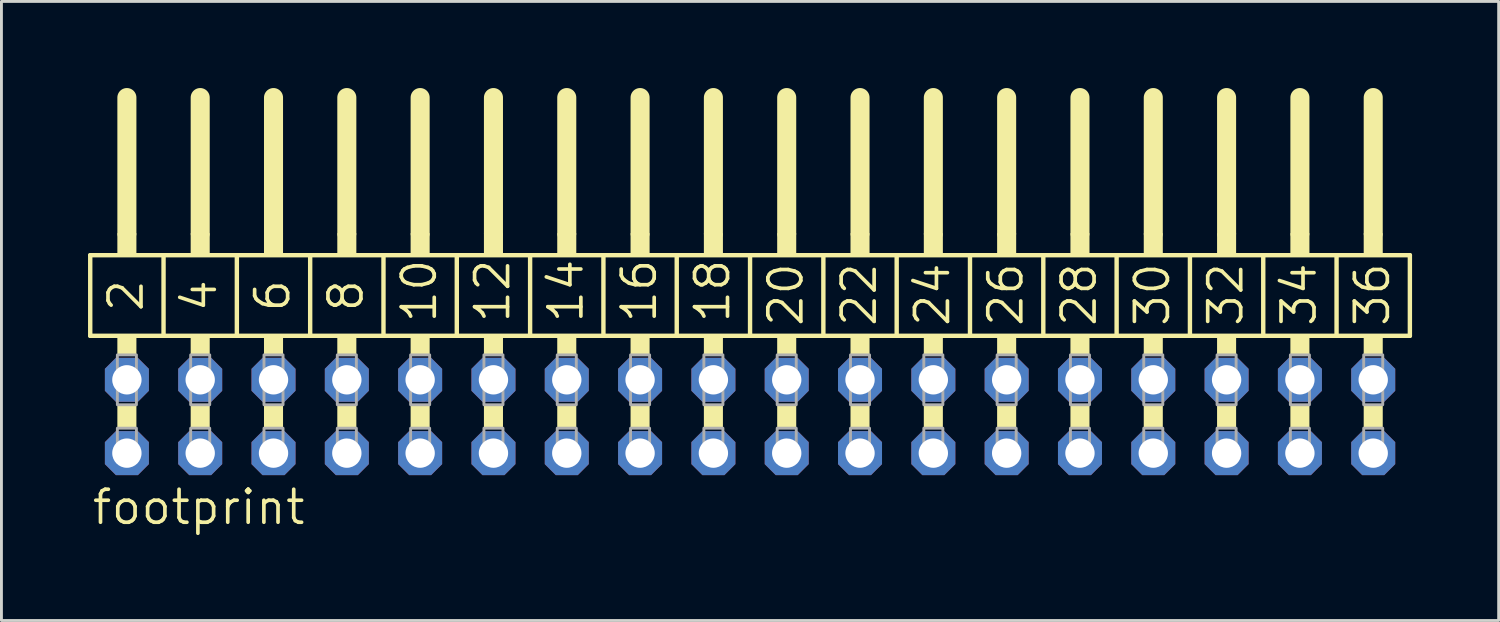
<source format=kicad_pcb>
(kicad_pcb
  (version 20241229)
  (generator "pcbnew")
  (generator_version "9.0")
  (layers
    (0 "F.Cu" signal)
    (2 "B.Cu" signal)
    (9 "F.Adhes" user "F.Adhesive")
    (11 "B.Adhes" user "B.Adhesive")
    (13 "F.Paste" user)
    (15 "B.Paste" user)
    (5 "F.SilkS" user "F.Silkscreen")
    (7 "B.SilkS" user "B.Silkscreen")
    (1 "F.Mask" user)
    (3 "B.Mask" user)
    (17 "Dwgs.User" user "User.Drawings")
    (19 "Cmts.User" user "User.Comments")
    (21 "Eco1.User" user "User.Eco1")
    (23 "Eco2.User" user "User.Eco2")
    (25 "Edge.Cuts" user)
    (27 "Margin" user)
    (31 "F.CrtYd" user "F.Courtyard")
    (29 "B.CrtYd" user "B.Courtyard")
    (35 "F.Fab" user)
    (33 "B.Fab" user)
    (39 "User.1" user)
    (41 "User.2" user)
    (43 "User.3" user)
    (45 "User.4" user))
  (footprint "footprint"
    (layer "F.Cu")
    (at 22.936 11.379)
    (property "Reference" "footprint" (at -22.86 3.81 0) (layer "F.SilkS") (effects (font (size 1.143 1.143) (thickness 0.127)) (justify left bottom)))
    (fp_line (start -22.86 -5.588) (end -20.32 -5.588) (stroke (width 0.152) (type solid)) (layer "F.SilkS"))
    (fp_line (start -22.86 -2.794) (end -22.86 -5.588) (stroke (width 0.152) (type solid)) (layer "F.SilkS"))
    (fp_line (start -21.59 -6.35) (end -21.59 -11.049) (stroke (width 0.66) (type solid)) (layer "F.SilkS"))
    (fp_line (start -20.32 -5.588) (end -17.78 -5.588) (stroke (width 0.152) (type solid)) (layer "F.SilkS"))
    (fp_line (start -20.32 -2.794) (end -22.86 -2.794) (stroke (width 0.152) (type solid)) (layer "F.SilkS"))
    (fp_line (start -20.32 -2.794) (end -20.32 -5.588) (stroke (width 0.152) (type solid)) (layer "F.SilkS"))
    (fp_line (start -20.32 -2.794) (end -17.78 -2.794) (stroke (width 0.152) (type solid)) (layer "F.SilkS"))
    (fp_line (start -19.05 -6.35) (end -19.05 -11.049) (stroke (width 0.66) (type solid)) (layer "F.SilkS"))
    (fp_line (start -17.78 -5.588) (end -15.24 -5.588) (stroke (width 0.152) (type solid)) (layer "F.SilkS"))
    (fp_line (start -17.78 -2.794) (end -17.78 -5.588) (stroke (width 0.152) (type solid)) (layer "F.SilkS"))
    (fp_line (start -16.51 -6.35) (end -16.51 -11.049) (stroke (width 0.66) (type solid)) (layer "F.SilkS"))
    (fp_line (start -15.24 -5.588) (end -12.7 -5.588) (stroke (width 0.152) (type solid)) (layer "F.SilkS"))
    (fp_line (start -15.24 -2.794) (end -17.78 -2.794) (stroke (width 0.152) (type solid)) (layer "F.SilkS"))
    (fp_line (start -15.24 -2.794) (end -15.24 -5.588) (stroke (width 0.152) (type solid)) (layer "F.SilkS"))
    (fp_line (start -13.97 -6.35) (end -13.97 -11.049) (stroke (width 0.66) (type solid)) (layer "F.SilkS"))
    (fp_line (start -12.7 -5.588) (end -10.16 -5.588) (stroke (width 0.152) (type solid)) (layer "F.SilkS"))
    (fp_line (start -12.7 -2.794) (end -15.24 -2.794) (stroke (width 0.152) (type solid)) (layer "F.SilkS"))
    (fp_line (start -12.7 -2.794) (end -12.7 -5.588) (stroke (width 0.152) (type solid)) (layer "F.SilkS"))
    (fp_line (start -11.43 -6.35) (end -11.43 -11.049) (stroke (width 0.66) (type solid)) (layer "F.SilkS"))
    (fp_line (start -10.16 -5.588) (end -7.62 -5.588) (stroke (width 0.152) (type solid)) (layer "F.SilkS"))
    (fp_line (start -10.16 -2.794) (end -12.7 -2.794) (stroke (width 0.152) (type solid)) (layer "F.SilkS"))
    (fp_line (start -10.16 -2.794) (end -10.16 -5.588) (stroke (width 0.152) (type solid)) (layer "F.SilkS"))
    (fp_line (start -8.89 -6.35) (end -8.89 -11.049) (stroke (width 0.66) (type solid)) (layer "F.SilkS"))
    (fp_line (start -7.62 -5.588) (end -5.08 -5.588) (stroke (width 0.152) (type solid)) (layer "F.SilkS"))
    (fp_line (start -7.62 -2.794) (end -10.16 -2.794) (stroke (width 0.152) (type solid)) (layer "F.SilkS"))
    (fp_line (start -7.62 -2.794) (end -7.62 -5.588) (stroke (width 0.152) (type solid)) (layer "F.SilkS"))
    (fp_line (start -7.62 -2.794) (end -5.08 -2.794) (stroke (width 0.152) (type solid)) (layer "F.SilkS"))
    (fp_line (start -6.35 -6.35) (end -6.35 -11.049) (stroke (width 0.66) (type solid)) (layer "F.SilkS"))
    (fp_line (start -5.08 -5.588) (end -2.54 -5.588) (stroke (width 0.152) (type solid)) (layer "F.SilkS"))
    (fp_line (start -5.08 -2.794) (end -5.08 -5.588) (stroke (width 0.152) (type solid)) (layer "F.SilkS"))
    (fp_line (start -3.81 -6.35) (end -3.81 -11.049) (stroke (width 0.66) (type solid)) (layer "F.SilkS"))
    (fp_line (start -2.54 -5.588) (end 0 -5.588) (stroke (width 0.152) (type solid)) (layer "F.SilkS"))
    (fp_line (start -2.54 -2.794) (end -5.08 -2.794) (stroke (width 0.152) (type solid)) (layer "F.SilkS"))
    (fp_line (start -2.54 -2.794) (end -2.54 -5.588) (stroke (width 0.152) (type solid)) (layer "F.SilkS"))
    (fp_line (start -1.27 -6.35) (end -1.27 -11.049) (stroke (width 0.66) (type solid)) (layer "F.SilkS"))
    (fp_line (start 0 -5.588) (end 2.54 -5.588) (stroke (width 0.152) (type solid)) (layer "F.SilkS"))
    (fp_line (start 0 -2.794) (end -2.54 -2.794) (stroke (width 0.152) (type solid)) (layer "F.SilkS"))
    (fp_line (start 0 -2.794) (end 0 -5.588) (stroke (width 0.152) (type solid)) (layer "F.SilkS"))
    (fp_line (start 1.27 -6.35) (end 1.27 -11.049) (stroke (width 0.66) (type solid)) (layer "F.SilkS"))
    (fp_line (start 2.54 -5.588) (end 5.08 -5.588) (stroke (width 0.152) (type solid)) (layer "F.SilkS"))
    (fp_line (start 2.54 -2.794) (end 0 -2.794) (stroke (width 0.152) (type solid)) (layer "F.SilkS"))
    (fp_line (start 2.54 -2.794) (end 2.54 -5.588) (stroke (width 0.152) (type solid)) (layer "F.SilkS"))
    (fp_line (start 3.81 -6.35) (end 3.81 -11.049) (stroke (width 0.66) (type solid)) (layer "F.SilkS"))
    (fp_line (start 5.08 -5.588) (end 7.62 -5.588) (stroke (width 0.152) (type solid)) (layer "F.SilkS"))
    (fp_line (start 5.08 -2.794) (end 2.54 -2.794) (stroke (width 0.152) (type solid)) (layer "F.SilkS"))
    (fp_line (start 5.08 -2.794) (end 5.08 -5.588) (stroke (width 0.152) (type solid)) (layer "F.SilkS"))
    (fp_line (start 5.08 -2.794) (end 7.62 -2.794) (stroke (width 0.152) (type solid)) (layer "F.SilkS"))
    (fp_line (start 6.35 -6.35) (end 6.35 -11.049) (stroke (width 0.66) (type solid)) (layer "F.SilkS"))
    (fp_line (start 7.62 -5.588) (end 10.16 -5.588) (stroke (width 0.152) (type solid)) (layer "F.SilkS"))
    (fp_line (start 7.62 -2.794) (end 7.62 -5.588) (stroke (width 0.152) (type solid)) (layer "F.SilkS"))
    (fp_line (start 8.89 -6.35) (end 8.89 -11.049) (stroke (width 0.66) (type solid)) (layer "F.SilkS"))
    (fp_line (start 10.16 -5.588) (end 12.7 -5.588) (stroke (width 0.152) (type solid)) (layer "F.SilkS"))
    (fp_line (start 10.16 -2.794) (end 7.62 -2.794) (stroke (width 0.152) (type solid)) (layer "F.SilkS"))
    (fp_line (start 10.16 -2.794) (end 10.16 -5.588) (stroke (width 0.152) (type solid)) (layer "F.SilkS"))
    (fp_line (start 11.43 -6.35) (end 11.43 -11.049) (stroke (width 0.66) (type solid)) (layer "F.SilkS"))
    (fp_line (start 12.7 -5.588) (end 15.24 -5.588) (stroke (width 0.152) (type solid)) (layer "F.SilkS"))
    (fp_line (start 12.7 -2.794) (end 10.16 -2.794) (stroke (width 0.152) (type solid)) (layer "F.SilkS"))
    (fp_line (start 12.7 -2.794) (end 12.7 -5.588) (stroke (width 0.152) (type solid)) (layer "F.SilkS"))
    (fp_line (start 13.97 -6.35) (end 13.97 -11.049) (stroke (width 0.66) (type solid)) (layer "F.SilkS"))
    (fp_line (start 15.24 -5.588) (end 17.78 -5.588) (stroke (width 0.152) (type solid)) (layer "F.SilkS"))
    (fp_line (start 15.24 -2.794) (end 12.7 -2.794) (stroke (width 0.152) (type solid)) (layer "F.SilkS"))
    (fp_line (start 15.24 -2.794) (end 15.24 -5.588) (stroke (width 0.152) (type solid)) (layer "F.SilkS"))
    (fp_line (start 16.51 -6.35) (end 16.51 -11.049) (stroke (width 0.66) (type solid)) (layer "F.SilkS"))
    (fp_line (start 17.78 -5.588) (end 20.32 -5.588) (stroke (width 0.152) (type solid)) (layer "F.SilkS"))
    (fp_line (start 17.78 -2.794) (end 15.24 -2.794) (stroke (width 0.152) (type solid)) (layer "F.SilkS"))
    (fp_line (start 17.78 -2.794) (end 17.78 -5.588) (stroke (width 0.152) (type solid)) (layer "F.SilkS"))
    (fp_line (start 17.78 -2.794) (end 20.32 -2.794) (stroke (width 0.152) (type solid)) (layer "F.SilkS"))
    (fp_line (start 19.05 -6.35) (end 19.05 -11.049) (stroke (width 0.66) (type solid)) (layer "F.SilkS"))
    (fp_line (start 20.32 -5.588) (end 22.86 -5.588) (stroke (width 0.152) (type solid)) (layer "F.SilkS"))
    (fp_line (start 20.32 -2.794) (end 20.32 -5.588) (stroke (width 0.152) (type solid)) (layer "F.SilkS"))
    (fp_line (start 20.32 -2.794) (end 22.86 -2.794) (stroke (width 0.152) (type solid)) (layer "F.SilkS"))
    (fp_line (start 21.59 -6.35) (end 21.59 -11.049) (stroke (width 0.66) (type solid)) (layer "F.SilkS"))
    (fp_line (start 22.86 -2.794) (end 22.86 -5.588) (stroke (width 0.152) (type solid)) (layer "F.SilkS"))
    (fp_poly (pts (xy -21.92 -5.588) (xy -21.26 -5.588) (xy -21.26 -6.35) (xy -21.92 -6.35)) (stroke (width 0) (type solid)) (fill yes) (layer "F.SilkS"))
    (fp_poly (pts (xy -21.92 -2.134) (xy -21.26 -2.134) (xy -21.26 -2.794) (xy -21.92 -2.794)) (stroke (width 0) (type solid)) (fill yes) (layer "F.SilkS"))
    (fp_poly (pts (xy -21.92 0.406) (xy -21.26 0.406) (xy -21.26 -0.406) (xy -21.92 -0.406)) (stroke (width 0) (type solid)) (fill yes) (layer "F.SilkS"))
    (fp_poly (pts (xy -19.38 -5.588) (xy -18.72 -5.588) (xy -18.72 -6.35) (xy -19.38 -6.35)) (stroke (width 0) (type solid)) (fill yes) (layer "F.SilkS"))
    (fp_poly (pts (xy -19.38 -2.134) (xy -18.72 -2.134) (xy -18.72 -2.794) (xy -19.38 -2.794)) (stroke (width 0) (type solid)) (fill yes) (layer "F.SilkS"))
    (fp_poly (pts (xy -19.38 0.406) (xy -18.72 0.406) (xy -18.72 -0.406) (xy -19.38 -0.406)) (stroke (width 0) (type solid)) (fill yes) (layer "F.SilkS"))
    (fp_poly (pts (xy -16.84 -5.588) (xy -16.18 -5.588) (xy -16.18 -6.35) (xy -16.84 -6.35)) (stroke (width 0) (type solid)) (fill yes) (layer "F.SilkS"))
    (fp_poly (pts (xy -16.84 -2.134) (xy -16.18 -2.134) (xy -16.18 -2.794) (xy -16.84 -2.794)) (stroke (width 0) (type solid)) (fill yes) (layer "F.SilkS"))
    (fp_poly (pts (xy -16.84 0.406) (xy -16.18 0.406) (xy -16.18 -0.406) (xy -16.84 -0.406)) (stroke (width 0) (type solid)) (fill yes) (layer "F.SilkS"))
    (fp_poly (pts (xy -14.3 -5.588) (xy -13.64 -5.588) (xy -13.64 -6.35) (xy -14.3 -6.35)) (stroke (width 0) (type solid)) (fill yes) (layer "F.SilkS"))
    (fp_poly (pts (xy -14.3 -2.134) (xy -13.64 -2.134) (xy -13.64 -2.794) (xy -14.3 -2.794)) (stroke (width 0) (type solid)) (fill yes) (layer "F.SilkS"))
    (fp_poly (pts (xy -14.3 0.406) (xy -13.64 0.406) (xy -13.64 -0.406) (xy -14.3 -0.406)) (stroke (width 0) (type solid)) (fill yes) (layer "F.SilkS"))
    (fp_poly (pts (xy -11.76 -5.588) (xy -11.1 -5.588) (xy -11.1 -6.35) (xy -11.76 -6.35)) (stroke (width 0) (type solid)) (fill yes) (layer "F.SilkS"))
    (fp_poly (pts (xy -11.76 -2.134) (xy -11.1 -2.134) (xy -11.1 -2.794) (xy -11.76 -2.794)) (stroke (width 0) (type solid)) (fill yes) (layer "F.SilkS"))
    (fp_poly (pts (xy -11.76 0.406) (xy -11.1 0.406) (xy -11.1 -0.406) (xy -11.76 -0.406)) (stroke (width 0) (type solid)) (fill yes) (layer "F.SilkS"))
    (fp_poly (pts (xy -9.22 -5.588) (xy -8.56 -5.588) (xy -8.56 -6.35) (xy -9.22 -6.35)) (stroke (width 0) (type solid)) (fill yes) (layer "F.SilkS"))
    (fp_poly (pts (xy -9.22 -2.134) (xy -8.56 -2.134) (xy -8.56 -2.794) (xy -9.22 -2.794)) (stroke (width 0) (type solid)) (fill yes) (layer "F.SilkS"))
    (fp_poly (pts (xy -9.22 0.406) (xy -8.56 0.406) (xy -8.56 -0.406) (xy -9.22 -0.406)) (stroke (width 0) (type solid)) (fill yes) (layer "F.SilkS"))
    (fp_poly (pts (xy -6.68 -5.588) (xy -6.02 -5.588) (xy -6.02 -6.35) (xy -6.68 -6.35)) (stroke (width 0) (type solid)) (fill yes) (layer "F.SilkS"))
    (fp_poly (pts (xy -6.68 -2.134) (xy -6.02 -2.134) (xy -6.02 -2.794) (xy -6.68 -2.794)) (stroke (width 0) (type solid)) (fill yes) (layer "F.SilkS"))
    (fp_poly (pts (xy -6.68 0.406) (xy -6.02 0.406) (xy -6.02 -0.406) (xy -6.68 -0.406)) (stroke (width 0) (type solid)) (fill yes) (layer "F.SilkS"))
    (fp_poly (pts (xy -4.14 -5.588) (xy -3.48 -5.588) (xy -3.48 -6.35) (xy -4.14 -6.35)) (stroke (width 0) (type solid)) (fill yes) (layer "F.SilkS"))
    (fp_poly (pts (xy -4.14 -2.134) (xy -3.48 -2.134) (xy -3.48 -2.794) (xy -4.14 -2.794)) (stroke (width 0) (type solid)) (fill yes) (layer "F.SilkS"))
    (fp_poly (pts (xy -4.14 0.406) (xy -3.48 0.406) (xy -3.48 -0.406) (xy -4.14 -0.406)) (stroke (width 0) (type solid)) (fill yes) (layer "F.SilkS"))
    (fp_poly (pts (xy -1.6 -5.588) (xy -0.94 -5.588) (xy -0.94 -6.35) (xy -1.6 -6.35)) (stroke (width 0) (type solid)) (fill yes) (layer "F.SilkS"))
    (fp_poly (pts (xy -1.6 -2.134) (xy -0.94 -2.134) (xy -0.94 -2.794) (xy -1.6 -2.794)) (stroke (width 0) (type solid)) (fill yes) (layer "F.SilkS"))
    (fp_poly (pts (xy -1.6 0.406) (xy -0.94 0.406) (xy -0.94 -0.406) (xy -1.6 -0.406)) (stroke (width 0) (type solid)) (fill yes) (layer "F.SilkS"))
    (fp_poly (pts (xy 0.94 -5.588) (xy 1.6 -5.588) (xy 1.6 -6.35) (xy 0.94 -6.35)) (stroke (width 0) (type solid)) (fill yes) (layer "F.SilkS"))
    (fp_poly (pts (xy 0.94 -2.134) (xy 1.6 -2.134) (xy 1.6 -2.794) (xy 0.94 -2.794)) (stroke (width 0) (type solid)) (fill yes) (layer "F.SilkS"))
    (fp_poly (pts (xy 0.94 0.406) (xy 1.6 0.406) (xy 1.6 -0.406) (xy 0.94 -0.406)) (stroke (width 0) (type solid)) (fill yes) (layer "F.SilkS"))
    (fp_poly (pts (xy 3.48 -5.588) (xy 4.14 -5.588) (xy 4.14 -6.35) (xy 3.48 -6.35)) (stroke (width 0) (type solid)) (fill yes) (layer "F.SilkS"))
    (fp_poly (pts (xy 3.48 -2.134) (xy 4.14 -2.134) (xy 4.14 -2.794) (xy 3.48 -2.794)) (stroke (width 0) (type solid)) (fill yes) (layer "F.SilkS"))
    (fp_poly (pts (xy 3.48 0.406) (xy 4.14 0.406) (xy 4.14 -0.406) (xy 3.48 -0.406)) (stroke (width 0) (type solid)) (fill yes) (layer "F.SilkS"))
    (fp_poly (pts (xy 6.02 -5.588) (xy 6.68 -5.588) (xy 6.68 -6.35) (xy 6.02 -6.35)) (stroke (width 0) (type solid)) (fill yes) (layer "F.SilkS"))
    (fp_poly (pts (xy 6.02 -2.134) (xy 6.68 -2.134) (xy 6.68 -2.794) (xy 6.02 -2.794)) (stroke (width 0) (type solid)) (fill yes) (layer "F.SilkS"))
    (fp_poly (pts (xy 6.02 0.406) (xy 6.68 0.406) (xy 6.68 -0.406) (xy 6.02 -0.406)) (stroke (width 0) (type solid)) (fill yes) (layer "F.SilkS"))
    (fp_poly (pts (xy 8.56 -5.588) (xy 9.22 -5.588) (xy 9.22 -6.35) (xy 8.56 -6.35)) (stroke (width 0) (type solid)) (fill yes) (layer "F.SilkS"))
    (fp_poly (pts (xy 8.56 -2.134) (xy 9.22 -2.134) (xy 9.22 -2.794) (xy 8.56 -2.794)) (stroke (width 0) (type solid)) (fill yes) (layer "F.SilkS"))
    (fp_poly (pts (xy 8.56 0.406) (xy 9.22 0.406) (xy 9.22 -0.406) (xy 8.56 -0.406)) (stroke (width 0) (type solid)) (fill yes) (layer "F.SilkS"))
    (fp_poly (pts (xy 11.1 -5.588) (xy 11.76 -5.588) (xy 11.76 -6.35) (xy 11.1 -6.35)) (stroke (width 0) (type solid)) (fill yes) (layer "F.SilkS"))
    (fp_poly (pts (xy 11.1 -2.134) (xy 11.76 -2.134) (xy 11.76 -2.794) (xy 11.1 -2.794)) (stroke (width 0) (type solid)) (fill yes) (layer "F.SilkS"))
    (fp_poly (pts (xy 11.1 0.406) (xy 11.76 0.406) (xy 11.76 -0.406) (xy 11.1 -0.406)) (stroke (width 0) (type solid)) (fill yes) (layer "F.SilkS"))
    (fp_poly (pts (xy 13.64 -5.588) (xy 14.3 -5.588) (xy 14.3 -6.35) (xy 13.64 -6.35)) (stroke (width 0) (type solid)) (fill yes) (layer "F.SilkS"))
    (fp_poly (pts (xy 13.64 -2.134) (xy 14.3 -2.134) (xy 14.3 -2.794) (xy 13.64 -2.794)) (stroke (width 0) (type solid)) (fill yes) (layer "F.SilkS"))
    (fp_poly (pts (xy 13.64 0.406) (xy 14.3 0.406) (xy 14.3 -0.406) (xy 13.64 -0.406)) (stroke (width 0) (type solid)) (fill yes) (layer "F.SilkS"))
    (fp_poly (pts (xy 16.18 -5.588) (xy 16.84 -5.588) (xy 16.84 -6.35) (xy 16.18 -6.35)) (stroke (width 0) (type solid)) (fill yes) (layer "F.SilkS"))
    (fp_poly (pts (xy 16.18 -2.134) (xy 16.84 -2.134) (xy 16.84 -2.794) (xy 16.18 -2.794)) (stroke (width 0) (type solid)) (fill yes) (layer "F.SilkS"))
    (fp_poly (pts (xy 16.18 0.406) (xy 16.84 0.406) (xy 16.84 -0.406) (xy 16.18 -0.406)) (stroke (width 0) (type solid)) (fill yes) (layer "F.SilkS"))
    (fp_poly (pts (xy 18.72 -5.588) (xy 19.38 -5.588) (xy 19.38 -6.35) (xy 18.72 -6.35)) (stroke (width 0) (type solid)) (fill yes) (layer "F.SilkS"))
    (fp_poly (pts (xy 18.72 -2.134) (xy 19.38 -2.134) (xy 19.38 -2.794) (xy 18.72 -2.794)) (stroke (width 0) (type solid)) (fill yes) (layer "F.SilkS"))
    (fp_poly (pts (xy 18.72 0.406) (xy 19.38 0.406) (xy 19.38 -0.406) (xy 18.72 -0.406)) (stroke (width 0) (type solid)) (fill yes) (layer "F.SilkS"))
    (fp_poly (pts (xy 21.26 -5.588) (xy 21.92 -5.588) (xy 21.92 -6.35) (xy 21.26 -6.35)) (stroke (width 0) (type solid)) (fill yes) (layer "F.SilkS"))
    (fp_poly (pts (xy 21.26 -2.134) (xy 21.92 -2.134) (xy 21.92 -2.794) (xy 21.26 -2.794)) (stroke (width 0) (type solid)) (fill yes) (layer "F.SilkS"))
    (fp_poly (pts (xy 21.26 0.406) (xy 21.92 0.406) (xy 21.92 -0.406) (xy 21.26 -0.406)) (stroke (width 0) (type solid)) (fill yes) (layer "F.SilkS"))
    (fp_poly (pts (xy -21.92 -0.406) (xy -21.26 -0.406) (xy -21.26 -2.134) (xy -21.92 -2.134)) (stroke (width 0.1) (type solid)) (fill no) (layer "F.Fab"))
    (fp_poly (pts (xy -21.92 1.575) (xy -21.26 1.575) (xy -21.26 0.406) (xy -21.92 0.406)) (stroke (width 0.1) (type solid)) (fill no) (layer "F.Fab"))
    (fp_poly (pts (xy -19.38 -0.406) (xy -18.72 -0.406) (xy -18.72 -2.134) (xy -19.38 -2.134)) (stroke (width 0.1) (type solid)) (fill no) (layer "F.Fab"))
    (fp_poly (pts (xy -19.38 1.575) (xy -18.72 1.575) (xy -18.72 0.406) (xy -19.38 0.406)) (stroke (width 0.1) (type solid)) (fill no) (layer "F.Fab"))
    (fp_poly (pts (xy -16.84 -0.406) (xy -16.18 -0.406) (xy -16.18 -2.134) (xy -16.84 -2.134)) (stroke (width 0.1) (type solid)) (fill no) (layer "F.Fab"))
    (fp_poly (pts (xy -16.84 1.575) (xy -16.18 1.575) (xy -16.18 0.406) (xy -16.84 0.406)) (stroke (width 0.1) (type solid)) (fill no) (layer "F.Fab"))
    (fp_poly (pts (xy -14.3 -0.406) (xy -13.64 -0.406) (xy -13.64 -2.134) (xy -14.3 -2.134)) (stroke (width 0.1) (type solid)) (fill no) (layer "F.Fab"))
    (fp_poly (pts (xy -14.3 1.575) (xy -13.64 1.575) (xy -13.64 0.406) (xy -14.3 0.406)) (stroke (width 0.1) (type solid)) (fill no) (layer "F.Fab"))
    (fp_poly (pts (xy -11.76 -0.406) (xy -11.1 -0.406) (xy -11.1 -2.134) (xy -11.76 -2.134)) (stroke (width 0.1) (type solid)) (fill no) (layer "F.Fab"))
    (fp_poly (pts (xy -11.76 1.575) (xy -11.1 1.575) (xy -11.1 0.406) (xy -11.76 0.406)) (stroke (width 0.1) (type solid)) (fill no) (layer "F.Fab"))
    (fp_poly (pts (xy -9.22 -0.406) (xy -8.56 -0.406) (xy -8.56 -2.134) (xy -9.22 -2.134)) (stroke (width 0.1) (type solid)) (fill no) (layer "F.Fab"))
    (fp_poly (pts (xy -9.22 1.575) (xy -8.56 1.575) (xy -8.56 0.406) (xy -9.22 0.406)) (stroke (width 0.1) (type solid)) (fill no) (layer "F.Fab"))
    (fp_poly (pts (xy -6.68 -0.406) (xy -6.02 -0.406) (xy -6.02 -2.134) (xy -6.68 -2.134)) (stroke (width 0.1) (type solid)) (fill no) (layer "F.Fab"))
    (fp_poly (pts (xy -6.68 1.575) (xy -6.02 1.575) (xy -6.02 0.406) (xy -6.68 0.406)) (stroke (width 0.1) (type solid)) (fill no) (layer "F.Fab"))
    (fp_poly (pts (xy -4.14 -0.406) (xy -3.48 -0.406) (xy -3.48 -2.134) (xy -4.14 -2.134)) (stroke (width 0.1) (type solid)) (fill no) (layer "F.Fab"))
    (fp_poly (pts (xy -4.14 1.575) (xy -3.48 1.575) (xy -3.48 0.406) (xy -4.14 0.406)) (stroke (width 0.1) (type solid)) (fill no) (layer "F.Fab"))
    (fp_poly (pts (xy -1.6 -0.406) (xy -0.94 -0.406) (xy -0.94 -2.134) (xy -1.6 -2.134)) (stroke (width 0.1) (type solid)) (fill no) (layer "F.Fab"))
    (fp_poly (pts (xy -1.6 1.575) (xy -0.94 1.575) (xy -0.94 0.406) (xy -1.6 0.406)) (stroke (width 0.1) (type solid)) (fill no) (layer "F.Fab"))
    (fp_poly (pts (xy 0.94 -0.406) (xy 1.6 -0.406) (xy 1.6 -2.134) (xy 0.94 -2.134)) (stroke (width 0.1) (type solid)) (fill no) (layer "F.Fab"))
    (fp_poly (pts (xy 0.94 1.575) (xy 1.6 1.575) (xy 1.6 0.406) (xy 0.94 0.406)) (stroke (width 0.1) (type solid)) (fill no) (layer "F.Fab"))
    (fp_poly (pts (xy 3.48 -0.406) (xy 4.14 -0.406) (xy 4.14 -2.134) (xy 3.48 -2.134)) (stroke (width 0.1) (type solid)) (fill no) (layer "F.Fab"))
    (fp_poly (pts (xy 3.48 1.575) (xy 4.14 1.575) (xy 4.14 0.406) (xy 3.48 0.406)) (stroke (width 0.1) (type solid)) (fill no) (layer "F.Fab"))
    (fp_poly (pts (xy 6.02 -0.406) (xy 6.68 -0.406) (xy 6.68 -2.134) (xy 6.02 -2.134)) (stroke (width 0.1) (type solid)) (fill no) (layer "F.Fab"))
    (fp_poly (pts (xy 6.02 1.575) (xy 6.68 1.575) (xy 6.68 0.406) (xy 6.02 0.406)) (stroke (width 0.1) (type solid)) (fill no) (layer "F.Fab"))
    (fp_poly (pts (xy 8.56 -0.406) (xy 9.22 -0.406) (xy 9.22 -2.134) (xy 8.56 -2.134)) (stroke (width 0.1) (type solid)) (fill no) (layer "F.Fab"))
    (fp_poly (pts (xy 8.56 1.575) (xy 9.22 1.575) (xy 9.22 0.406) (xy 8.56 0.406)) (stroke (width 0.1) (type solid)) (fill no) (layer "F.Fab"))
    (fp_poly (pts (xy 11.1 -0.406) (xy 11.76 -0.406) (xy 11.76 -2.134) (xy 11.1 -2.134)) (stroke (width 0.1) (type solid)) (fill no) (layer "F.Fab"))
    (fp_poly (pts (xy 11.1 1.575) (xy 11.76 1.575) (xy 11.76 0.406) (xy 11.1 0.406)) (stroke (width 0.1) (type solid)) (fill no) (layer "F.Fab"))
    (fp_poly (pts (xy 13.64 -0.406) (xy 14.3 -0.406) (xy 14.3 -2.134) (xy 13.64 -2.134)) (stroke (width 0.1) (type solid)) (fill no) (layer "F.Fab"))
    (fp_poly (pts (xy 13.64 1.575) (xy 14.3 1.575) (xy 14.3 0.406) (xy 13.64 0.406)) (stroke (width 0.1) (type solid)) (fill no) (layer "F.Fab"))
    (fp_poly (pts (xy 16.18 -0.406) (xy 16.84 -0.406) (xy 16.84 -2.134) (xy 16.18 -2.134)) (stroke (width 0.1) (type solid)) (fill no) (layer "F.Fab"))
    (fp_poly (pts (xy 16.18 1.575) (xy 16.84 1.575) (xy 16.84 0.406) (xy 16.18 0.406)) (stroke (width 0.1) (type solid)) (fill no) (layer "F.Fab"))
    (fp_poly (pts (xy 18.72 -0.406) (xy 19.38 -0.406) (xy 19.38 -2.134) (xy 18.72 -2.134)) (stroke (width 0.1) (type solid)) (fill no) (layer "F.Fab"))
    (fp_poly (pts (xy 18.72 1.575) (xy 19.38 1.575) (xy 19.38 0.406) (xy 18.72 0.406)) (stroke (width 0.1) (type solid)) (fill no) (layer "F.Fab"))
    (fp_poly (pts (xy 21.26 -0.406) (xy 21.92 -0.406) (xy 21.92 -2.134) (xy 21.26 -2.134)) (stroke (width 0.1) (type solid)) (fill no) (layer "F.Fab"))
    (fp_poly (pts (xy 21.26 1.575) (xy 21.92 1.575) (xy 21.92 0.406) (xy 21.26 0.406)) (stroke (width 0.1) (type solid)) (fill no) (layer "F.Fab"))
    (fp_text user "6" (at -15.875 -3.556 90) (layer "F.SilkS") (effects (font (size 1.143 1.143) (thickness 0.127)) (justify left bottom)))
    (fp_text user "30" (at 14.605 -3.048 90) (layer "F.SilkS") (effects (font (size 1.143 1.143) (thickness 0.127)) (justify left bottom)))
    (fp_text user "12" (at -8.255 -3.175 90) (layer "F.SilkS") (effects (font (size 1.143 1.143) (thickness 0.127)) (justify left bottom)))
    (fp_text user "32" (at 17.145 -3.048 90) (layer "F.SilkS") (effects (font (size 1.143 1.143) (thickness 0.127)) (justify left bottom)))
    (fp_text user "26" (at 9.525 -3.048 90) (layer "F.SilkS") (effects (font (size 1.143 1.143) (thickness 0.127)) (justify left bottom)))
    (fp_text user "8" (at -13.335 -3.556 90) (layer "F.SilkS") (effects (font (size 1.143 1.143) (thickness 0.127)) (justify left bottom)))
    (fp_text user "10" (at -10.795 -3.175 90) (layer "F.SilkS") (effects (font (size 1.143 1.143) (thickness 0.127)) (justify left bottom)))
    (fp_text user "14" (at -5.715 -3.175 90) (layer "F.SilkS") (effects (font (size 1.143 1.143) (thickness 0.127)) (justify left bottom)))
    (fp_text user "16" (at -3.175 -3.175 90) (layer "F.SilkS") (effects (font (size 1.143 1.143) (thickness 0.127)) (justify left bottom)))
    (fp_text user "4" (at -18.415 -3.556 90) (layer "F.SilkS") (effects (font (size 1.143 1.143) (thickness 0.127)) (justify left bottom)))
    (fp_text user "2" (at -20.955 -3.556 90) (layer "F.SilkS") (effects (font (size 1.143 1.143) (thickness 0.127)) (justify left bottom)))
    (fp_text user "36" (at 22.225 -3.048 90) (layer "F.SilkS") (effects (font (size 1.143 1.143) (thickness 0.127)) (justify left bottom)))
    (fp_text user "28" (at 12.065 -3.048 90) (layer "F.SilkS") (effects (font (size 1.143 1.143) (thickness 0.127)) (justify left bottom)))
    (fp_text user "20" (at 1.905 -3.048 90) (layer "F.SilkS") (effects (font (size 1.143 1.143) (thickness 0.127)) (justify left bottom)))
    (fp_text user "22" (at 4.445 -3.048 90) (layer "F.SilkS") (effects (font (size 1.143 1.143) (thickness 0.127)) (justify left bottom)))
    (fp_text user "34" (at 19.685 -3.048 90) (layer "F.SilkS") (effects (font (size 1.143 1.143) (thickness 0.127)) (justify left bottom)))
    (fp_text user "18" (at -0.635 -3.175 90) (layer "F.SilkS") (effects (font (size 1.143 1.143) (thickness 0.127)) (justify left bottom)))
    (fp_text user "24" (at 6.985 -3.048 90) (layer "F.SilkS") (effects (font (size 1.143 1.143) (thickness 0.127)) (justify left bottom)))
    (pad "1" thru_hole roundrect (at -21.59 1.27) (size 1.524 1.524) (drill 1.016) (layers "*.Cu" "*.Mask") (roundrect_rratio 0.25) (chamfer_ratio 0.25) (chamfer top_left top_right bottom_left bottom_right))
    (pad "2" thru_hole roundrect (at -21.59 -1.27) (size 1.524 1.524) (drill 1.016) (layers "*.Cu" "*.Mask") (roundrect_rratio 0.25) (chamfer_ratio 0.25) (chamfer top_left top_right bottom_left bottom_right))
    (pad "3" thru_hole roundrect (at -19.05 1.27) (size 1.524 1.524) (drill 1.016) (layers "*.Cu" "*.Mask") (roundrect_rratio 0.25) (chamfer_ratio 0.25) (chamfer top_left top_right bottom_left bottom_right))
    (pad "4" thru_hole roundrect (at -19.05 -1.27) (size 1.524 1.524) (drill 1.016) (layers "*.Cu" "*.Mask") (roundrect_rratio 0.25) (chamfer_ratio 0.25) (chamfer top_left top_right bottom_left bottom_right))
    (pad "5" thru_hole roundrect (at -16.51 1.27) (size 1.524 1.524) (drill 1.016) (layers "*.Cu" "*.Mask") (roundrect_rratio 0.25) (chamfer_ratio 0.25) (chamfer top_left top_right bottom_left bottom_right))
    (pad "6" thru_hole roundrect (at -16.51 -1.27) (size 1.524 1.524) (drill 1.016) (layers "*.Cu" "*.Mask") (roundrect_rratio 0.25) (chamfer_ratio 0.25) (chamfer top_left top_right bottom_left bottom_right))
    (pad "7" thru_hole roundrect (at -13.97 1.27) (size 1.524 1.524) (drill 1.016) (layers "*.Cu" "*.Mask") (roundrect_rratio 0.25) (chamfer_ratio 0.25) (chamfer top_left top_right bottom_left bottom_right))
    (pad "8" thru_hole roundrect (at -13.97 -1.27) (size 1.524 1.524) (drill 1.016) (layers "*.Cu" "*.Mask") (roundrect_rratio 0.25) (chamfer_ratio 0.25) (chamfer top_left top_right bottom_left bottom_right))
    (pad "9" thru_hole roundrect (at -11.43 1.27) (size 1.524 1.524) (drill 1.016) (layers "*.Cu" "*.Mask") (roundrect_rratio 0.25) (chamfer_ratio 0.25) (chamfer top_left top_right bottom_left bottom_right))
    (pad "10" thru_hole roundrect (at -11.43 -1.27) (size 1.524 1.524) (drill 1.016) (layers "*.Cu" "*.Mask") (roundrect_rratio 0.25) (chamfer_ratio 0.25) (chamfer top_left top_right bottom_left bottom_right))
    (pad "11" thru_hole roundrect (at -8.89 1.27) (size 1.524 1.524) (drill 1.016) (layers "*.Cu" "*.Mask") (roundrect_rratio 0.25) (chamfer_ratio 0.25) (chamfer top_left top_right bottom_left bottom_right))
    (pad "12" thru_hole roundrect (at -8.89 -1.27) (size 1.524 1.524) (drill 1.016) (layers "*.Cu" "*.Mask") (roundrect_rratio 0.25) (chamfer_ratio 0.25) (chamfer top_left top_right bottom_left bottom_right))
    (pad "13" thru_hole roundrect (at -6.35 1.27) (size 1.524 1.524) (drill 1.016) (layers "*.Cu" "*.Mask") (roundrect_rratio 0.25) (chamfer_ratio 0.25) (chamfer top_left top_right bottom_left bottom_right))
    (pad "14" thru_hole roundrect (at -6.35 -1.27) (size 1.524 1.524) (drill 1.016) (layers "*.Cu" "*.Mask") (roundrect_rratio 0.25) (chamfer_ratio 0.25) (chamfer top_left top_right bottom_left bottom_right))
    (pad "15" thru_hole roundrect (at -3.81 1.27) (size 1.524 1.524) (drill 1.016) (layers "*.Cu" "*.Mask") (roundrect_rratio 0.25) (chamfer_ratio 0.25) (chamfer top_left top_right bottom_left bottom_right))
    (pad "16" thru_hole roundrect (at -3.81 -1.27) (size 1.524 1.524) (drill 1.016) (layers "*.Cu" "*.Mask") (roundrect_rratio 0.25) (chamfer_ratio 0.25) (chamfer top_left top_right bottom_left bottom_right))
    (pad "17" thru_hole roundrect (at -1.27 1.27) (size 1.524 1.524) (drill 1.016) (layers "*.Cu" "*.Mask") (roundrect_rratio 0.25) (chamfer_ratio 0.25) (chamfer top_left top_right bottom_left bottom_right))
    (pad "18" thru_hole roundrect (at -1.27 -1.27) (size 1.524 1.524) (drill 1.016) (layers "*.Cu" "*.Mask") (roundrect_rratio 0.25) (chamfer_ratio 0.25) (chamfer top_left top_right bottom_left bottom_right))
    (pad "19" thru_hole roundrect (at 1.27 1.27) (size 1.524 1.524) (drill 1.016) (layers "*.Cu" "*.Mask") (roundrect_rratio 0.25) (chamfer_ratio 0.25) (chamfer top_left top_right bottom_left bottom_right))
    (pad "20" thru_hole roundrect (at 1.27 -1.27) (size 1.524 1.524) (drill 1.016) (layers "*.Cu" "*.Mask") (roundrect_rratio 0.25) (chamfer_ratio 0.25) (chamfer top_left top_right bottom_left bottom_right))
    (pad "21" thru_hole roundrect (at 3.81 1.27) (size 1.524 1.524) (drill 1.016) (layers "*.Cu" "*.Mask") (roundrect_rratio 0.25) (chamfer_ratio 0.25) (chamfer top_left top_right bottom_left bottom_right))
    (pad "22" thru_hole roundrect (at 3.81 -1.27) (size 1.524 1.524) (drill 1.016) (layers "*.Cu" "*.Mask") (roundrect_rratio 0.25) (chamfer_ratio 0.25) (chamfer top_left top_right bottom_left bottom_right))
    (pad "23" thru_hole roundrect (at 6.35 1.27) (size 1.524 1.524) (drill 1.016) (layers "*.Cu" "*.Mask") (roundrect_rratio 0.25) (chamfer_ratio 0.25) (chamfer top_left top_right bottom_left bottom_right))
    (pad "24" thru_hole roundrect (at 6.35 -1.27) (size 1.524 1.524) (drill 1.016) (layers "*.Cu" "*.Mask") (roundrect_rratio 0.25) (chamfer_ratio 0.25) (chamfer top_left top_right bottom_left bottom_right))
    (pad "25" thru_hole roundrect (at 8.89 1.27) (size 1.524 1.524) (drill 1.016) (layers "*.Cu" "*.Mask") (roundrect_rratio 0.25) (chamfer_ratio 0.25) (chamfer top_left top_right bottom_left bottom_right))
    (pad "26" thru_hole roundrect (at 8.89 -1.27) (size 1.524 1.524) (drill 1.016) (layers "*.Cu" "*.Mask") (roundrect_rratio 0.25) (chamfer_ratio 0.25) (chamfer top_left top_right bottom_left bottom_right))
    (pad "27" thru_hole roundrect (at 11.43 1.27) (size 1.524 1.524) (drill 1.016) (layers "*.Cu" "*.Mask") (roundrect_rratio 0.25) (chamfer_ratio 0.25) (chamfer top_left top_right bottom_left bottom_right))
    (pad "28" thru_hole roundrect (at 11.43 -1.27) (size 1.524 1.524) (drill 1.016) (layers "*.Cu" "*.Mask") (roundrect_rratio 0.25) (chamfer_ratio 0.25) (chamfer top_left top_right bottom_left bottom_right))
    (pad "29" thru_hole roundrect (at 13.97 1.27) (size 1.524 1.524) (drill 1.016) (layers "*.Cu" "*.Mask") (roundrect_rratio 0.25) (chamfer_ratio 0.25) (chamfer top_left top_right bottom_left bottom_right))
    (pad "30" thru_hole roundrect (at 13.97 -1.27) (size 1.524 1.524) (drill 1.016) (layers "*.Cu" "*.Mask") (roundrect_rratio 0.25) (chamfer_ratio 0.25) (chamfer top_left top_right bottom_left bottom_right))
    (pad "31" thru_hole roundrect (at 16.51 1.27) (size 1.524 1.524) (drill 1.016) (layers "*.Cu" "*.Mask") (roundrect_rratio 0.25) (chamfer_ratio 0.25) (chamfer top_left top_right bottom_left bottom_right))
    (pad "32" thru_hole roundrect (at 16.51 -1.27) (size 1.524 1.524) (drill 1.016) (layers "*.Cu" "*.Mask") (roundrect_rratio 0.25) (chamfer_ratio 0.25) (chamfer top_left top_right bottom_left bottom_right))
    (pad "33" thru_hole roundrect (at 19.05 1.27) (size 1.524 1.524) (drill 1.016) (layers "*.Cu" "*.Mask") (roundrect_rratio 0.25) (chamfer_ratio 0.25) (chamfer top_left top_right bottom_left bottom_right))
    (pad "34" thru_hole roundrect (at 19.05 -1.27) (size 1.524 1.524) (drill 1.016) (layers "*.Cu" "*.Mask") (roundrect_rratio 0.25) (chamfer_ratio 0.25) (chamfer top_left top_right bottom_left bottom_right))
    (pad "35" thru_hole roundrect (at 21.59 1.27) (size 1.524 1.524) (drill 1.016) (layers "*.Cu" "*.Mask") (roundrect_rratio 0.25) (chamfer_ratio 0.25) (chamfer top_left top_right bottom_left bottom_right))
    (pad "36" thru_hole roundrect (at 21.59 -1.27) (size 1.524 1.524) (drill 1.016) (layers "*.Cu" "*.Mask") (roundrect_rratio 0.25) (chamfer_ratio 0.25) (chamfer top_left top_right bottom_left bottom_right)))
  (gr_rect
    (start -3 -3)
    (end 48.872 18.448)
    (stroke (width 0.1) (type default))
    (fill no)
    (layer "Edge.Cuts")))
</source>
